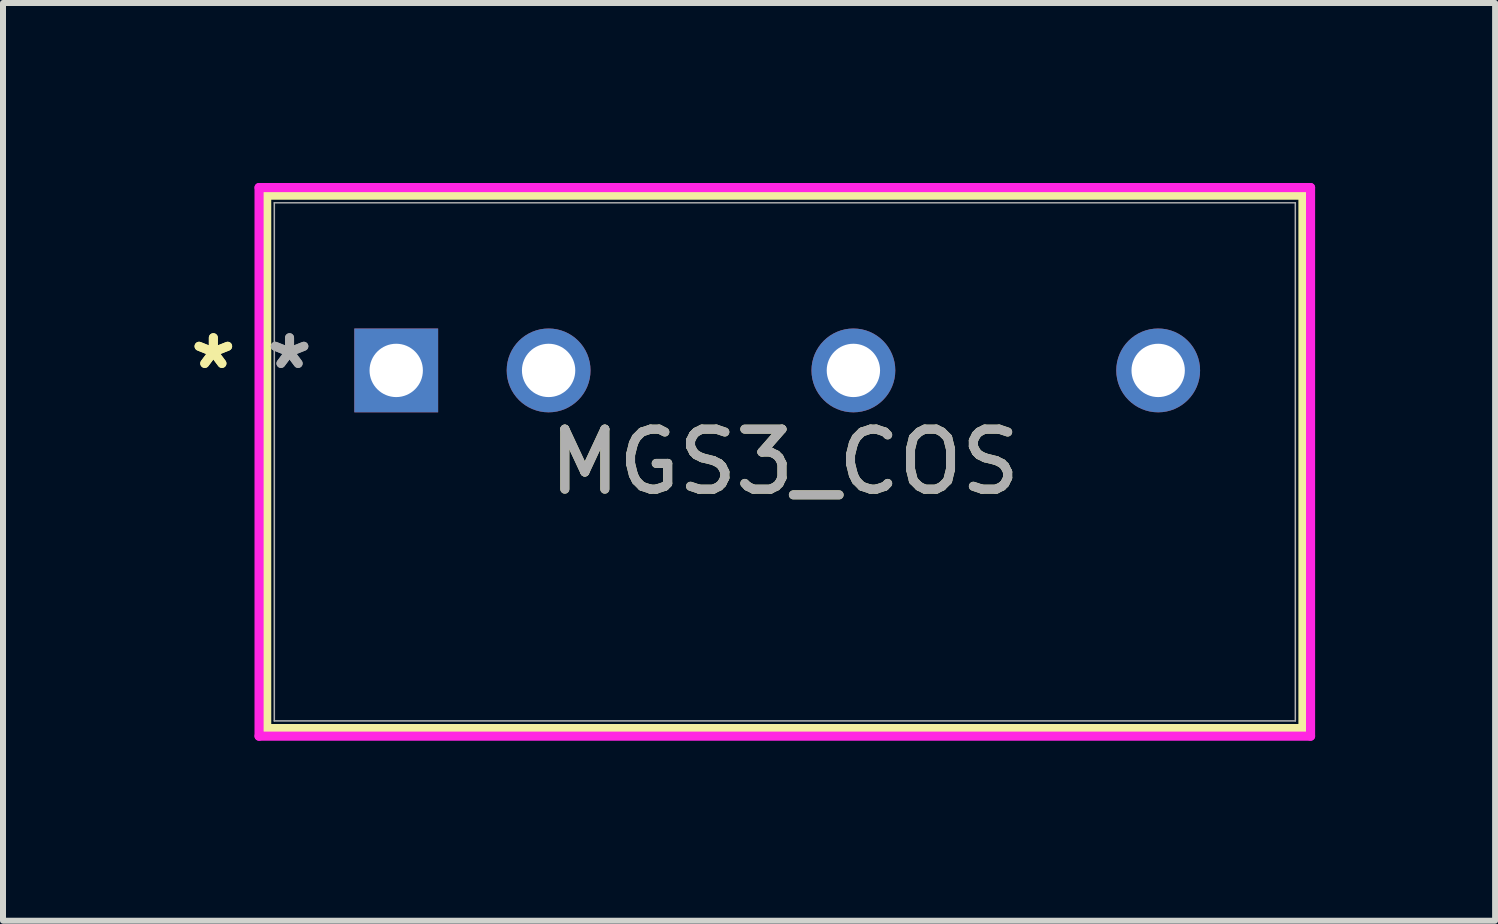
<source format=kicad_pcb>
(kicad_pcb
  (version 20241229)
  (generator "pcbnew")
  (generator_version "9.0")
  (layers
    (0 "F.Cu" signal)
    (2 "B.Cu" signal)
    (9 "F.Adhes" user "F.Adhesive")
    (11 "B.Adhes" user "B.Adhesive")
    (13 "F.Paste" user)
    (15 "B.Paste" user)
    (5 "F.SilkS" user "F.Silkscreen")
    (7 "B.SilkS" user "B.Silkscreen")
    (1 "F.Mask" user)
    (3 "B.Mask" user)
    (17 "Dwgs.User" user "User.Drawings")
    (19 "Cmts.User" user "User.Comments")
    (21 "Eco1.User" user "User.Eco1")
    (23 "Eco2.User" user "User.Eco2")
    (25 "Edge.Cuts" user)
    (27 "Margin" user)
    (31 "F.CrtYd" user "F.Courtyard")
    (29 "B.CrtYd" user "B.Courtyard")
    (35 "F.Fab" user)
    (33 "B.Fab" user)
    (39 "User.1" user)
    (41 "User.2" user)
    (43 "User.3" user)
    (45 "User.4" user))
  (footprint "MGS3_COS"
    (layer "F.Cu")
    (at 3.554 3.124)
    (property "Reference" "MGS3_COS" (at 6.477 1.524 0) (unlocked yes) (layer "F.SilkS") (effects (font (size 1 1) (thickness 0.15))))
    (attr through_hole)
    (fp_line (start -2.159 -2.921) (end -2.159 5.969) (stroke (width 0.152) (type solid)) (layer "F.SilkS"))
    (fp_line (start -2.159 5.969) (end 15.113 5.969) (stroke (width 0.152) (type solid)) (layer "F.SilkS"))
    (fp_line (start 15.113 -2.921) (end -2.159 -2.921) (stroke (width 0.152) (type solid)) (layer "F.SilkS"))
    (fp_line (start 15.113 5.969) (end 15.113 -2.921) (stroke (width 0.152) (type solid)) (layer "F.SilkS"))
    (fp_line (start -2.286 -3.048) (end 15.24 -3.048) (stroke (width 0.152) (type solid)) (layer "F.CrtYd"))
    (fp_line (start -2.286 6.096) (end -2.286 -3.048) (stroke (width 0.152) (type solid)) (layer "F.CrtYd"))
    (fp_line (start 15.24 -3.048) (end 15.24 6.096) (stroke (width 0.152) (type solid)) (layer "F.CrtYd"))
    (fp_line (start 15.24 6.096) (end -2.286 6.096) (stroke (width 0.152) (type solid)) (layer "F.CrtYd"))
    (fp_line (start -2.032 -2.794) (end -2.032 5.842) (stroke (width 0.025) (type solid)) (layer "F.Fab"))
    (fp_line (start -2.032 5.842) (end 14.986 5.842) (stroke (width 0.025) (type solid)) (layer "F.Fab"))
    (fp_line (start 14.986 -2.794) (end -2.032 -2.794) (stroke (width 0.025) (type solid)) (layer "F.Fab"))
    (fp_line (start 14.986 5.842) (end 14.986 -2.794) (stroke (width 0.025) (type solid)) (layer "F.Fab"))
    (fp_text user "*" (at -3.048 0 0) (layer "F.SilkS") (effects (font (size 1 1) (thickness 0.15))))
    (fp_text user "*" (at -3.048 0 0) (unlocked yes) (layer "F.SilkS") (effects (font (size 1 1) (thickness 0.15))))
    (fp_text user "*" (at -1.778 0 0) (layer "F.Fab") (effects (font (size 1 1) (thickness 0.15))))
    (fp_text user "${REFERENCE}" (at 6.477 1.524 0) (unlocked yes) (layer "F.Fab") (effects (font (size 1 1) (thickness 0.15))))
    (fp_text user "*" (at -1.778 0 0) (unlocked yes) (layer "F.Fab") (effects (font (size 1 1) (thickness 0.15))))
    (pad "1" thru_hole rect (at 0 0) (size 1.397 1.397) (drill 0.889) (layers "*.Cu" "*.Mask"))
    (pad "2" thru_hole circle (at 2.54 0) (size 1.397 1.397) (drill 0.889) (layers "*.Cu" "*.Mask"))
    (pad "3" thru_hole circle (at 7.62 0) (size 1.397 1.397) (drill 0.889) (layers "*.Cu" "*.Mask"))
    (pad "4" thru_hole circle (at 12.7 0) (size 1.397 1.397) (drill 0.889) (layers "*.Cu" "*.Mask")))
  (gr_rect
    (start -3 -3)
    (end 21.87 12.296)
    (stroke (width 0.1) (type default))
    (fill no)
    (layer "Edge.Cuts")))
</source>
